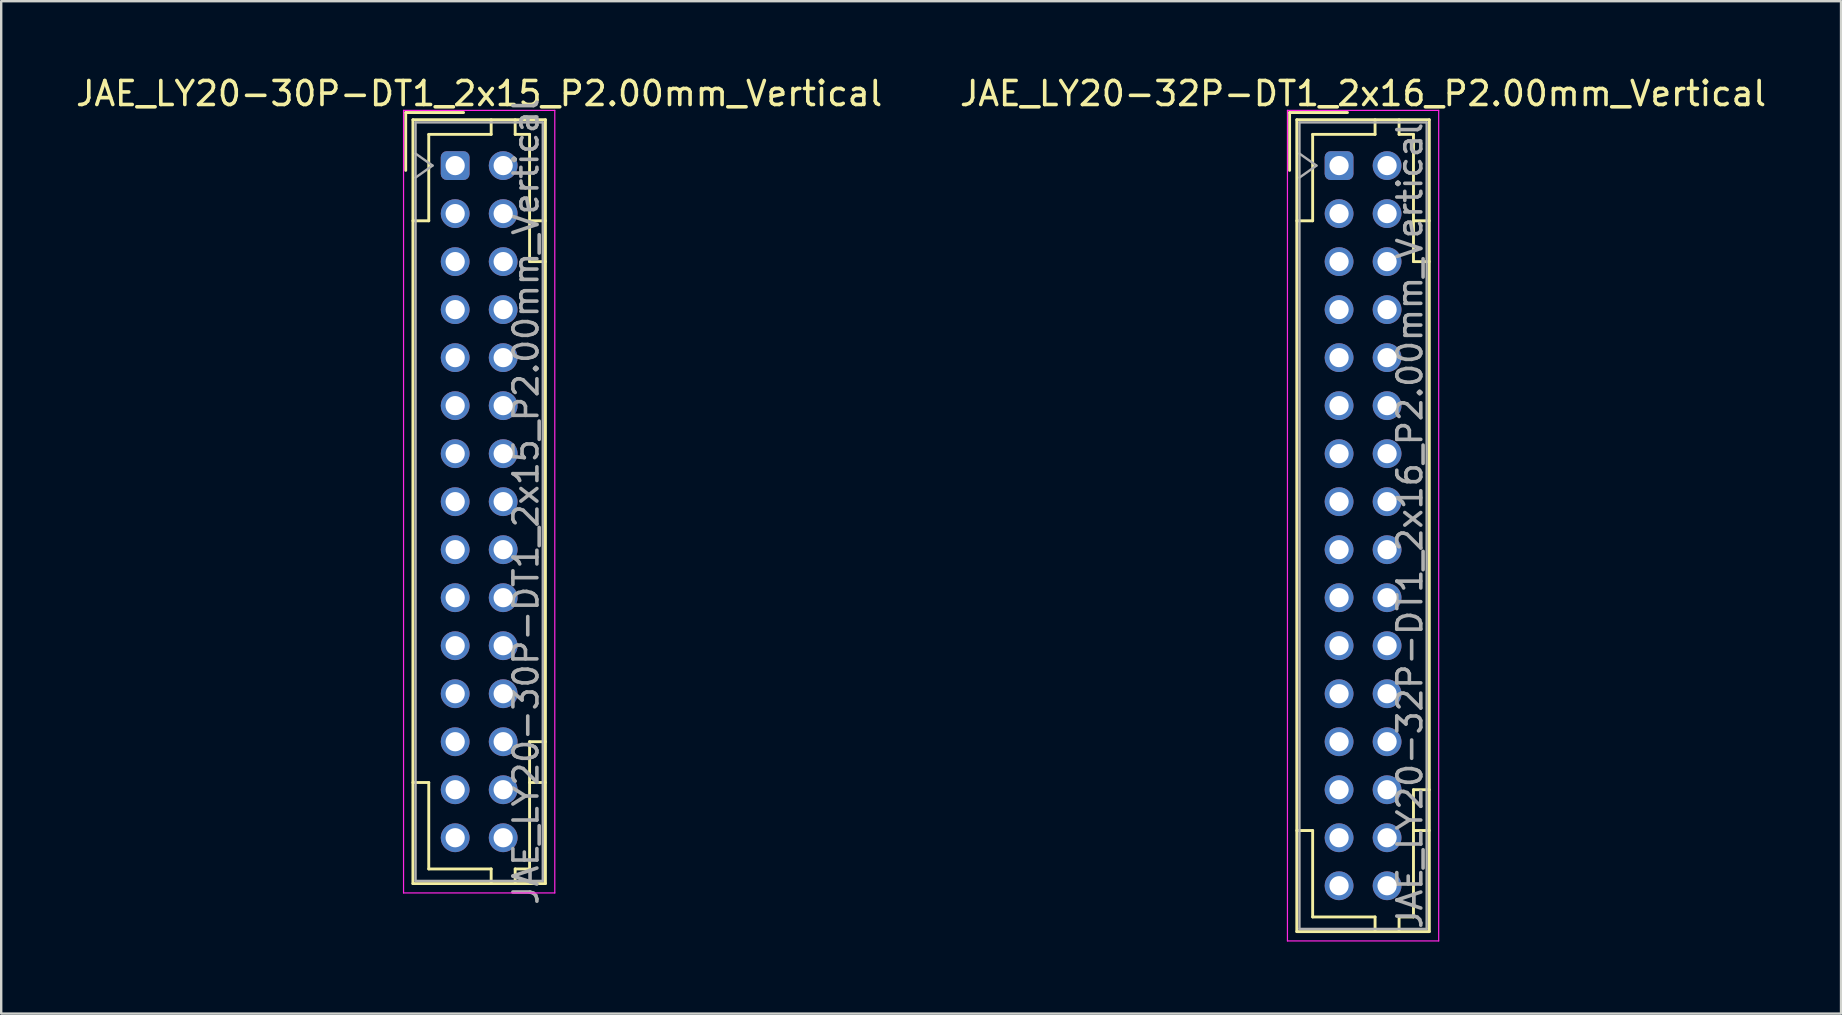
<source format=kicad_pcb>
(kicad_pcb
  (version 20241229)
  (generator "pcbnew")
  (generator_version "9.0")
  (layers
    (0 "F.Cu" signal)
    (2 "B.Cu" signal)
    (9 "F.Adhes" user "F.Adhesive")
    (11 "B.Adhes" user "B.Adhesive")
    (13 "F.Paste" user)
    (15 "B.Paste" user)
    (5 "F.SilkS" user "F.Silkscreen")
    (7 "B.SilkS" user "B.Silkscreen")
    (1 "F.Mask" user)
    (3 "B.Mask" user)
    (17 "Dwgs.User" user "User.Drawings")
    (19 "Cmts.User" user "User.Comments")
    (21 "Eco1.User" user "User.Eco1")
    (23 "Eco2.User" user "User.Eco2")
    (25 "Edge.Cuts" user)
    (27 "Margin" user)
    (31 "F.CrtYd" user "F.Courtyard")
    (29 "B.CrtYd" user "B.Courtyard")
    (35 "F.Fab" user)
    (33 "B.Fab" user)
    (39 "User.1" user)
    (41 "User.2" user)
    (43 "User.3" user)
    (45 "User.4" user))
  (footprint "JAE_LY20-32P-DT1_2x16_P2.00mm_Vertical"
    (layer "F.Cu")
    (at 52.732 3.848)
    (property "Reference" "JAE_LY20-32P-DT1_2x16_P2.00mm_Vertical" (at 1 -3 0) (layer "F.SilkS") (effects (font (size 1 1) (thickness 0.15))))
    (attr through_hole)
    (fp_line (start -2.06 -2.21) (end -2.06 0.2) (stroke (width 0.12) (type solid)) (layer "F.SilkS"))
    (fp_line (start -1.76 -1.91) (end -1.76 31.91) (stroke (width 0.12) (type solid)) (layer "F.SilkS"))
    (fp_line (start -1.76 31.91) (end 3.76 31.91) (stroke (width 0.12) (type solid)) (layer "F.SilkS"))
    (fp_line (start -1.1 -1.3) (end -1.1 2.3) (stroke (width 0.12) (type solid)) (layer "F.SilkS"))
    (fp_line (start -1.1 2.3) (end -1.76 2.3) (stroke (width 0.12) (type solid)) (layer "F.SilkS"))
    (fp_line (start -1.1 27.7) (end -1.76 27.7) (stroke (width 0.12) (type solid)) (layer "F.SilkS"))
    (fp_line (start -1.1 31.3) (end -1.1 27.7) (stroke (width 0.12) (type solid)) (layer "F.SilkS"))
    (fp_line (start 0.35 -2.21) (end -2.06 -2.21) (stroke (width 0.12) (type solid)) (layer "F.SilkS"))
    (fp_line (start 1.5 -1.91) (end 1.5 -1.3) (stroke (width 0.12) (type solid)) (layer "F.SilkS"))
    (fp_line (start 1.5 -1.3) (end -1.1 -1.3) (stroke (width 0.12) (type solid)) (layer "F.SilkS"))
    (fp_line (start 1.5 31.3) (end -1.1 31.3) (stroke (width 0.12) (type solid)) (layer "F.SilkS"))
    (fp_line (start 1.5 31.91) (end 1.5 31.3) (stroke (width 0.12) (type solid)) (layer "F.SilkS"))
    (fp_line (start 2.5 -1.91) (end 2.5 -1.3) (stroke (width 0.12) (type solid)) (layer "F.SilkS"))
    (fp_line (start 2.5 -1.3) (end 3.1 -1.3) (stroke (width 0.12) (type solid)) (layer "F.SilkS"))
    (fp_line (start 2.5 31.3) (end 3.1 31.3) (stroke (width 0.12) (type solid)) (layer "F.SilkS"))
    (fp_line (start 2.5 31.91) (end 2.5 31.3) (stroke (width 0.12) (type solid)) (layer "F.SilkS"))
    (fp_line (start 3.1 -1.3) (end 3.1 4) (stroke (width 0.12) (type solid)) (layer "F.SilkS"))
    (fp_line (start 3.1 4) (end 3.76 4) (stroke (width 0.12) (type solid)) (layer "F.SilkS"))
    (fp_line (start 3.1 26) (end 3.76 26) (stroke (width 0.12) (type solid)) (layer "F.SilkS"))
    (fp_line (start 3.1 31.3) (end 3.1 26) (stroke (width 0.12) (type solid)) (layer "F.SilkS"))
    (fp_line (start 3.76 -1.91) (end -1.76 -1.91) (stroke (width 0.12) (type solid)) (layer "F.SilkS"))
    (fp_line (start 3.76 2.3) (end 3.1 2.3) (stroke (width 0.12) (type solid)) (layer "F.SilkS"))
    (fp_line (start 3.76 27.7) (end 3.1 27.7) (stroke (width 0.12) (type solid)) (layer "F.SilkS"))
    (fp_line (start 3.76 31.91) (end 3.76 -1.91) (stroke (width 0.12) (type solid)) (layer "F.SilkS"))
    (fp_line (start -2.15 -2.3) (end -2.15 32.3) (stroke (width 0.05) (type solid)) (layer "F.CrtYd"))
    (fp_line (start -2.15 32.3) (end 4.15 32.3) (stroke (width 0.05) (type solid)) (layer "F.CrtYd"))
    (fp_line (start 4.15 -2.3) (end -2.15 -2.3) (stroke (width 0.05) (type solid)) (layer "F.CrtYd"))
    (fp_line (start 4.15 32.3) (end 4.15 -2.3) (stroke (width 0.05) (type solid)) (layer "F.CrtYd"))
    (fp_line (start -1.65 -1.8) (end -1.65 31.8) (stroke (width 0.1) (type solid)) (layer "F.Fab"))
    (fp_line (start -1.65 0.5) (end -0.943 0) (stroke (width 0.1) (type solid)) (layer "F.Fab"))
    (fp_line (start -1.65 31.8) (end 3.65 31.8) (stroke (width 0.1) (type solid)) (layer "F.Fab"))
    (fp_line (start -0.943 0) (end -1.65 -0.5) (stroke (width 0.1) (type solid)) (layer "F.Fab"))
    (fp_line (start 3.65 -1.8) (end -1.65 -1.8) (stroke (width 0.1) (type solid)) (layer "F.Fab"))
    (fp_line (start 3.65 31.8) (end 3.65 -1.8) (stroke (width 0.1) (type solid)) (layer "F.Fab"))
    (fp_text user "${REFERENCE}" (at 2.95 15 90) (layer "F.Fab") (effects (font (size 1 1) (thickness 0.15))))
    (pad "a1" thru_hole roundrect (at 0 0) (size 1.2 1.2) (drill 0.8) (layers "*.Cu" "*.Mask") (roundrect_rratio 0.208))
    (pad "a2" thru_hole circle (at 0 2) (size 1.2 1.2) (drill 0.8) (layers "*.Cu" "*.Mask"))
    (pad "a3" thru_hole circle (at 0 4) (size 1.2 1.2) (drill 0.8) (layers "*.Cu" "*.Mask"))
    (pad "a4" thru_hole circle (at 0 6) (size 1.2 1.2) (drill 0.8) (layers "*.Cu" "*.Mask"))
    (pad "a5" thru_hole circle (at 0 8) (size 1.2 1.2) (drill 0.8) (layers "*.Cu" "*.Mask"))
    (pad "a6" thru_hole circle (at 0 10) (size 1.2 1.2) (drill 0.8) (layers "*.Cu" "*.Mask"))
    (pad "a7" thru_hole circle (at 0 12) (size 1.2 1.2) (drill 0.8) (layers "*.Cu" "*.Mask"))
    (pad "a8" thru_hole circle (at 0 14) (size 1.2 1.2) (drill 0.8) (layers "*.Cu" "*.Mask"))
    (pad "a9" thru_hole circle (at 0 16) (size 1.2 1.2) (drill 0.8) (layers "*.Cu" "*.Mask"))
    (pad "a10" thru_hole circle (at 0 18) (size 1.2 1.2) (drill 0.8) (layers "*.Cu" "*.Mask"))
    (pad "a11" thru_hole circle (at 0 20) (size 1.2 1.2) (drill 0.8) (layers "*.Cu" "*.Mask"))
    (pad "a12" thru_hole circle (at 0 22) (size 1.2 1.2) (drill 0.8) (layers "*.Cu" "*.Mask"))
    (pad "a13" thru_hole circle (at 0 24) (size 1.2 1.2) (drill 0.8) (layers "*.Cu" "*.Mask"))
    (pad "a14" thru_hole circle (at 0 26) (size 1.2 1.2) (drill 0.8) (layers "*.Cu" "*.Mask"))
    (pad "a15" thru_hole circle (at 0 28) (size 1.2 1.2) (drill 0.8) (layers "*.Cu" "*.Mask"))
    (pad "a16" thru_hole circle (at 0 30) (size 1.2 1.2) (drill 0.8) (layers "*.Cu" "*.Mask"))
    (pad "b1" thru_hole circle (at 2 0) (size 1.2 1.2) (drill 0.8) (layers "*.Cu" "*.Mask"))
    (pad "b2" thru_hole circle (at 2 2) (size 1.2 1.2) (drill 0.8) (layers "*.Cu" "*.Mask"))
    (pad "b3" thru_hole circle (at 2 4) (size 1.2 1.2) (drill 0.8) (layers "*.Cu" "*.Mask"))
    (pad "b4" thru_hole circle (at 2 6) (size 1.2 1.2) (drill 0.8) (layers "*.Cu" "*.Mask"))
    (pad "b5" thru_hole circle (at 2 8) (size 1.2 1.2) (drill 0.8) (layers "*.Cu" "*.Mask"))
    (pad "b6" thru_hole circle (at 2 10) (size 1.2 1.2) (drill 0.8) (layers "*.Cu" "*.Mask"))
    (pad "b7" thru_hole circle (at 2 12) (size 1.2 1.2) (drill 0.8) (layers "*.Cu" "*.Mask"))
    (pad "b8" thru_hole circle (at 2 14) (size 1.2 1.2) (drill 0.8) (layers "*.Cu" "*.Mask"))
    (pad "b9" thru_hole circle (at 2 16) (size 1.2 1.2) (drill 0.8) (layers "*.Cu" "*.Mask"))
    (pad "b10" thru_hole circle (at 2 18) (size 1.2 1.2) (drill 0.8) (layers "*.Cu" "*.Mask"))
    (pad "b11" thru_hole circle (at 2 20) (size 1.2 1.2) (drill 0.8) (layers "*.Cu" "*.Mask"))
    (pad "b12" thru_hole circle (at 2 22) (size 1.2 1.2) (drill 0.8) (layers "*.Cu" "*.Mask"))
    (pad "b13" thru_hole circle (at 2 24) (size 1.2 1.2) (drill 0.8) (layers "*.Cu" "*.Mask"))
    (pad "b14" thru_hole circle (at 2 26) (size 1.2 1.2) (drill 0.8) (layers "*.Cu" "*.Mask"))
    (pad "b15" thru_hole circle (at 2 28) (size 1.2 1.2) (drill 0.8) (layers "*.Cu" "*.Mask"))
    (pad "b16" thru_hole circle (at 2 30) (size 1.2 1.2) (drill 0.8) (layers "*.Cu" "*.Mask")))
  (footprint "JAE_LY20-30P-DT1_2x15_P2.00mm_Vertical"
    (layer "F.Cu")
    (at 15.911 3.848)
    (property "Reference" "JAE_LY20-30P-DT1_2x15_P2.00mm_Vertical" (at 1 -3 0) (layer "F.SilkS") (effects (font (size 1 1) (thickness 0.15))))
    (attr through_hole)
    (fp_line (start -2.06 -2.21) (end -2.06 0.2) (stroke (width 0.12) (type solid)) (layer "F.SilkS"))
    (fp_line (start -1.76 -1.91) (end -1.76 29.91) (stroke (width 0.12) (type solid)) (layer "F.SilkS"))
    (fp_line (start -1.76 29.91) (end 3.76 29.91) (stroke (width 0.12) (type solid)) (layer "F.SilkS"))
    (fp_line (start -1.1 -1.3) (end -1.1 2.3) (stroke (width 0.12) (type solid)) (layer "F.SilkS"))
    (fp_line (start -1.1 2.3) (end -1.76 2.3) (stroke (width 0.12) (type solid)) (layer "F.SilkS"))
    (fp_line (start -1.1 25.7) (end -1.76 25.7) (stroke (width 0.12) (type solid)) (layer "F.SilkS"))
    (fp_line (start -1.1 29.3) (end -1.1 25.7) (stroke (width 0.12) (type solid)) (layer "F.SilkS"))
    (fp_line (start 0.35 -2.21) (end -2.06 -2.21) (stroke (width 0.12) (type solid)) (layer "F.SilkS"))
    (fp_line (start 1.5 -1.91) (end 1.5 -1.3) (stroke (width 0.12) (type solid)) (layer "F.SilkS"))
    (fp_line (start 1.5 -1.3) (end -1.1 -1.3) (stroke (width 0.12) (type solid)) (layer "F.SilkS"))
    (fp_line (start 1.5 29.3) (end -1.1 29.3) (stroke (width 0.12) (type solid)) (layer "F.SilkS"))
    (fp_line (start 1.5 29.91) (end 1.5 29.3) (stroke (width 0.12) (type solid)) (layer "F.SilkS"))
    (fp_line (start 2.5 -1.91) (end 2.5 -1.3) (stroke (width 0.12) (type solid)) (layer "F.SilkS"))
    (fp_line (start 2.5 -1.3) (end 3.1 -1.3) (stroke (width 0.12) (type solid)) (layer "F.SilkS"))
    (fp_line (start 2.5 29.3) (end 3.1 29.3) (stroke (width 0.12) (type solid)) (layer "F.SilkS"))
    (fp_line (start 2.5 29.91) (end 2.5 29.3) (stroke (width 0.12) (type solid)) (layer "F.SilkS"))
    (fp_line (start 3.1 -1.3) (end 3.1 4) (stroke (width 0.12) (type solid)) (layer "F.SilkS"))
    (fp_line (start 3.1 4) (end 3.76 4) (stroke (width 0.12) (type solid)) (layer "F.SilkS"))
    (fp_line (start 3.1 24) (end 3.76 24) (stroke (width 0.12) (type solid)) (layer "F.SilkS"))
    (fp_line (start 3.1 29.3) (end 3.1 24) (stroke (width 0.12) (type solid)) (layer "F.SilkS"))
    (fp_line (start 3.76 -1.91) (end -1.76 -1.91) (stroke (width 0.12) (type solid)) (layer "F.SilkS"))
    (fp_line (start 3.76 2.3) (end 3.1 2.3) (stroke (width 0.12) (type solid)) (layer "F.SilkS"))
    (fp_line (start 3.76 25.7) (end 3.1 25.7) (stroke (width 0.12) (type solid)) (layer "F.SilkS"))
    (fp_line (start 3.76 29.91) (end 3.76 -1.91) (stroke (width 0.12) (type solid)) (layer "F.SilkS"))
    (fp_line (start -2.15 -2.3) (end -2.15 30.3) (stroke (width 0.05) (type solid)) (layer "F.CrtYd"))
    (fp_line (start -2.15 30.3) (end 4.15 30.3) (stroke (width 0.05) (type solid)) (layer "F.CrtYd"))
    (fp_line (start 4.15 -2.3) (end -2.15 -2.3) (stroke (width 0.05) (type solid)) (layer "F.CrtYd"))
    (fp_line (start 4.15 30.3) (end 4.15 -2.3) (stroke (width 0.05) (type solid)) (layer "F.CrtYd"))
    (fp_line (start -1.65 -1.8) (end -1.65 29.8) (stroke (width 0.1) (type solid)) (layer "F.Fab"))
    (fp_line (start -1.65 0.5) (end -0.943 0) (stroke (width 0.1) (type solid)) (layer "F.Fab"))
    (fp_line (start -1.65 29.8) (end 3.65 29.8) (stroke (width 0.1) (type solid)) (layer "F.Fab"))
    (fp_line (start -0.943 0) (end -1.65 -0.5) (stroke (width 0.1) (type solid)) (layer "F.Fab"))
    (fp_line (start 3.65 -1.8) (end -1.65 -1.8) (stroke (width 0.1) (type solid)) (layer "F.Fab"))
    (fp_line (start 3.65 29.8) (end 3.65 -1.8) (stroke (width 0.1) (type solid)) (layer "F.Fab"))
    (fp_text user "${REFERENCE}" (at 2.95 14 90) (layer "F.Fab") (effects (font (size 1 1) (thickness 0.15))))
    (pad "a1" thru_hole roundrect (at 0 0) (size 1.2 1.2) (drill 0.8) (layers "*.Cu" "*.Mask") (roundrect_rratio 0.208))
    (pad "a2" thru_hole circle (at 0 2) (size 1.2 1.2) (drill 0.8) (layers "*.Cu" "*.Mask"))
    (pad "a3" thru_hole circle (at 0 4) (size 1.2 1.2) (drill 0.8) (layers "*.Cu" "*.Mask"))
    (pad "a4" thru_hole circle (at 0 6) (size 1.2 1.2) (drill 0.8) (layers "*.Cu" "*.Mask"))
    (pad "a5" thru_hole circle (at 0 8) (size 1.2 1.2) (drill 0.8) (layers "*.Cu" "*.Mask"))
    (pad "a6" thru_hole circle (at 0 10) (size 1.2 1.2) (drill 0.8) (layers "*.Cu" "*.Mask"))
    (pad "a7" thru_hole circle (at 0 12) (size 1.2 1.2) (drill 0.8) (layers "*.Cu" "*.Mask"))
    (pad "a8" thru_hole circle (at 0 14) (size 1.2 1.2) (drill 0.8) (layers "*.Cu" "*.Mask"))
    (pad "a9" thru_hole circle (at 0 16) (size 1.2 1.2) (drill 0.8) (layers "*.Cu" "*.Mask"))
    (pad "a10" thru_hole circle (at 0 18) (size 1.2 1.2) (drill 0.8) (layers "*.Cu" "*.Mask"))
    (pad "a11" thru_hole circle (at 0 20) (size 1.2 1.2) (drill 0.8) (layers "*.Cu" "*.Mask"))
    (pad "a12" thru_hole circle (at 0 22) (size 1.2 1.2) (drill 0.8) (layers "*.Cu" "*.Mask"))
    (pad "a13" thru_hole circle (at 0 24) (size 1.2 1.2) (drill 0.8) (layers "*.Cu" "*.Mask"))
    (pad "a14" thru_hole circle (at 0 26) (size 1.2 1.2) (drill 0.8) (layers "*.Cu" "*.Mask"))
    (pad "a15" thru_hole circle (at 0 28) (size 1.2 1.2) (drill 0.8) (layers "*.Cu" "*.Mask"))
    (pad "b1" thru_hole circle (at 2 0) (size 1.2 1.2) (drill 0.8) (layers "*.Cu" "*.Mask"))
    (pad "b2" thru_hole circle (at 2 2) (size 1.2 1.2) (drill 0.8) (layers "*.Cu" "*.Mask"))
    (pad "b3" thru_hole circle (at 2 4) (size 1.2 1.2) (drill 0.8) (layers "*.Cu" "*.Mask"))
    (pad "b4" thru_hole circle (at 2 6) (size 1.2 1.2) (drill 0.8) (layers "*.Cu" "*.Mask"))
    (pad "b5" thru_hole circle (at 2 8) (size 1.2 1.2) (drill 0.8) (layers "*.Cu" "*.Mask"))
    (pad "b6" thru_hole circle (at 2 10) (size 1.2 1.2) (drill 0.8) (layers "*.Cu" "*.Mask"))
    (pad "b7" thru_hole circle (at 2 12) (size 1.2 1.2) (drill 0.8) (layers "*.Cu" "*.Mask"))
    (pad "b8" thru_hole circle (at 2 14) (size 1.2 1.2) (drill 0.8) (layers "*.Cu" "*.Mask"))
    (pad "b9" thru_hole circle (at 2 16) (size 1.2 1.2) (drill 0.8) (layers "*.Cu" "*.Mask"))
    (pad "b10" thru_hole circle (at 2 18) (size 1.2 1.2) (drill 0.8) (layers "*.Cu" "*.Mask"))
    (pad "b11" thru_hole circle (at 2 20) (size 1.2 1.2) (drill 0.8) (layers "*.Cu" "*.Mask"))
    (pad "b12" thru_hole circle (at 2 22) (size 1.2 1.2) (drill 0.8) (layers "*.Cu" "*.Mask"))
    (pad "b13" thru_hole circle (at 2 24) (size 1.2 1.2) (drill 0.8) (layers "*.Cu" "*.Mask"))
    (pad "b14" thru_hole circle (at 2 26) (size 1.2 1.2) (drill 0.8) (layers "*.Cu" "*.Mask"))
    (pad "b15" thru_hole circle (at 2 28) (size 1.2 1.2) (drill 0.8) (layers "*.Cu" "*.Mask")))
  (gr_rect
    (start -3 -3)
    (end 73.643 39.173)
    (stroke (width 0.1) (type default))
    (fill no)
    (layer "Edge.Cuts")))
</source>
